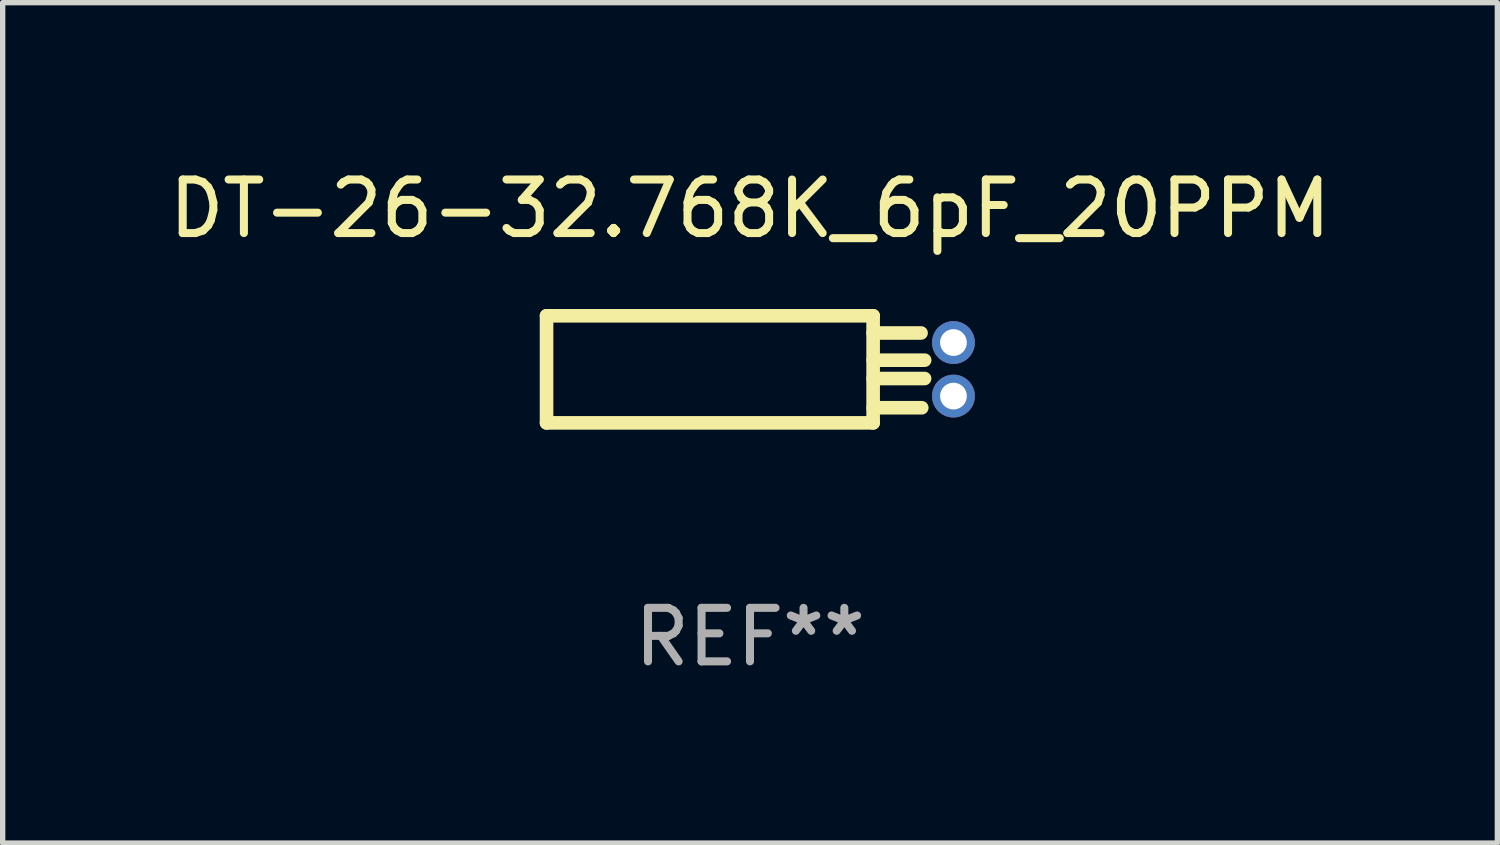
<source format=kicad_pcb>
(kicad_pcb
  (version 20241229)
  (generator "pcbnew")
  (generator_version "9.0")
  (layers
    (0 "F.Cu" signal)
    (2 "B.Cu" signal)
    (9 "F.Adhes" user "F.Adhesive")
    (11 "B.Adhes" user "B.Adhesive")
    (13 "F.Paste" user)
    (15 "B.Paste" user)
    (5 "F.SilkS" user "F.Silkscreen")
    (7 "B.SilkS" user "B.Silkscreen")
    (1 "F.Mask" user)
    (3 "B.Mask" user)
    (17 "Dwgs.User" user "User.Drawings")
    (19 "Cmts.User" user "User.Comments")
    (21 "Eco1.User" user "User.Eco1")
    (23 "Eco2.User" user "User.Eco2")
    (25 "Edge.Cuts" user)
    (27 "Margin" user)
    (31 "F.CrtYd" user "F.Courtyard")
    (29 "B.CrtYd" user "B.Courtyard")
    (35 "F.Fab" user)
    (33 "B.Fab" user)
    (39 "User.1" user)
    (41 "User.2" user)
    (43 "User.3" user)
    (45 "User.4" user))
  (footprint "DT-26-32.768K_6pF_20PPM"
    (layer "F.Cu")
    (at 10.958 3.848)
    (property "Reference" "DT-26-32.768K_6pF_20PPM" (at 0 -3 0) (layer "F.SilkS") (effects (font (size 1 1) (thickness 0.15))))
    (attr through_hole)
    (fp_line (start -3.8 1) (end -3.8 -1) (stroke (width 0.254) (type solid)) (layer "F.SilkS"))
    (fp_line (start 2.3 -1) (end -3.8 -1) (stroke (width 0.254) (type solid)) (layer "F.SilkS"))
    (fp_line (start 2.3 -1) (end 2.3 1) (stroke (width 0.254) (type solid)) (layer "F.SilkS"))
    (fp_line (start 2.3 -0.679) (end 3.195 -0.679) (stroke (width 0.254) (type solid)) (layer "F.SilkS"))
    (fp_line (start 2.3 -0.171) (end 3.262 -0.171) (stroke (width 0.254) (type solid)) (layer "F.SilkS"))
    (fp_line (start 2.3 0.172) (end 3.261 0.172) (stroke (width 0.254) (type solid)) (layer "F.SilkS"))
    (fp_line (start 2.3 0.718) (end 3.208 0.718) (stroke (width 0.254) (type solid)) (layer "F.SilkS"))
    (fp_line (start 2.3 1) (end -3.8 1) (stroke (width 0.254) (type solid)) (layer "F.SilkS"))
    (fp_circle (center -3.8 -1) (end -3.77 -1) (stroke (width 0.06) (type solid)) (fill no) (layer "F.SilkS"))
    (fp_text user "REF**" (at 0 5 0) (layer "F.Fab") (effects (font (size 1 1) (thickness 0.15))))
    (pad "1" thru_hole circle (at 3.8 -0.5) (size 0.8 0.8) (drill 0.5) (layers "*.Cu" "*.Mask"))
    (pad "2" thru_hole circle (at 3.8 0.5) (size 0.8 0.8) (drill 0.5) (layers "*.Cu" "*.Mask")))
  (gr_rect
    (start -3 -3)
    (end 24.917 12.697)
    (stroke (width 0.1) (type default))
    (fill no)
    (layer "Edge.Cuts")))
</source>
